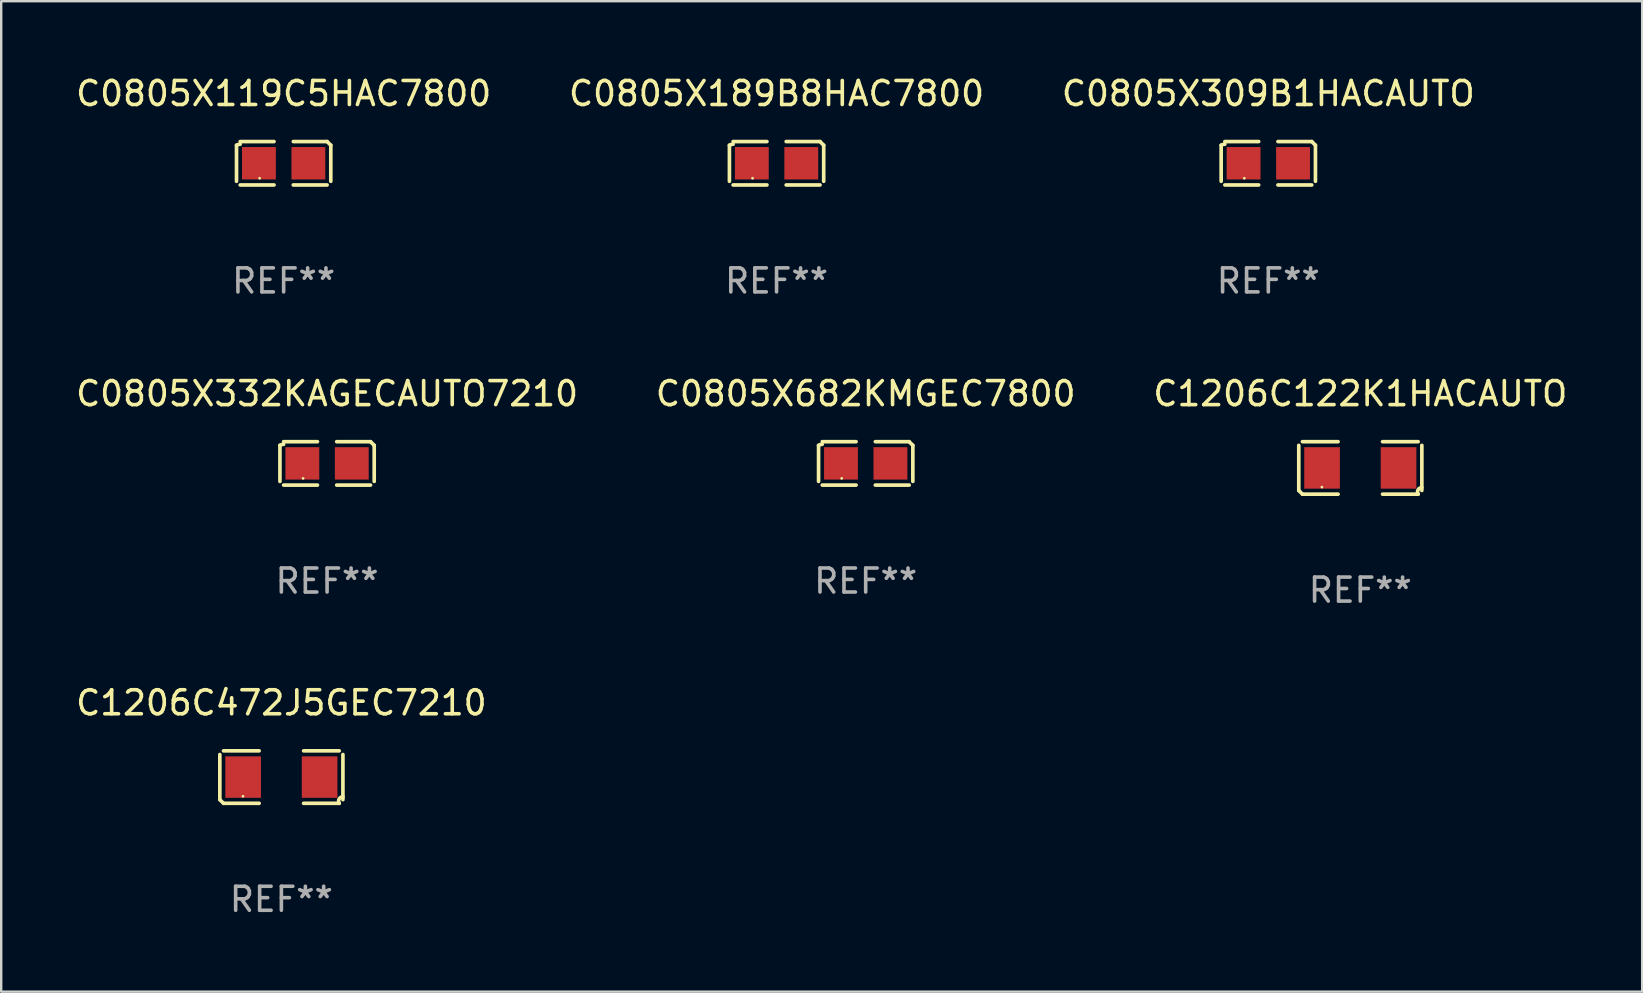
<source format=kicad_pcb>
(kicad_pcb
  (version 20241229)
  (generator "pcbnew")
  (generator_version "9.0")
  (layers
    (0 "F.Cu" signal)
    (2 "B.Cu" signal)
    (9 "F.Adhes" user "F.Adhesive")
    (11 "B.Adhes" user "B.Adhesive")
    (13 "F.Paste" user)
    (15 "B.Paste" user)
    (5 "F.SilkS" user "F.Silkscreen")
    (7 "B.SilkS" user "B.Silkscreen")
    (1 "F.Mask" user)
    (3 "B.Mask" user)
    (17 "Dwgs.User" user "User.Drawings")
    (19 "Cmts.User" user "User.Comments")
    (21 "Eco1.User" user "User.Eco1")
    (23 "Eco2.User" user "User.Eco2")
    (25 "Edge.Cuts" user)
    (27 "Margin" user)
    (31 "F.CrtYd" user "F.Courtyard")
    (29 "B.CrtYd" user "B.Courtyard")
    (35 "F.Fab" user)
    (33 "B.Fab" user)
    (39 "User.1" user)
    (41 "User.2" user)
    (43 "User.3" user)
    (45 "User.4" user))
  (footprint "C0805X119C5HAC7800"
    (layer "F.Cu")
    (at 8.768 3.752)
    (property "Reference" "C0805X119C5HAC7800" (at 0 -2.904 0) (layer "F.SilkS") (effects (font (size 1 1) (thickness 0.15))))
    (attr through_hole)
    (fp_line (start -1.964 0.751) (end -1.964 -0.751) (stroke (width 0.152) (type solid)) (layer "F.SilkS"))
    (fp_line (start -1.811 -0.904) (end -0.401 -0.904) (stroke (width 0.152) (type solid)) (layer "F.SilkS"))
    (fp_line (start -0.401 0.904) (end -1.811 0.904) (stroke (width 0.152) (type solid)) (layer "F.SilkS"))
    (fp_line (start 0.401 0.904) (end 1.811 0.904) (stroke (width 0.152) (type solid)) (layer "F.SilkS"))
    (fp_line (start 1.811 -0.904) (end 0.401 -0.904) (stroke (width 0.152) (type solid)) (layer "F.SilkS"))
    (fp_line (start 1.964 0.751) (end 1.964 -0.751) (stroke (width 0.152) (type solid)) (layer "F.SilkS"))
    (fp_arc (start -1.963602 -0.751207) (mid -1.890354 -0.783131) (end -1.811201 -0.794044) (stroke (width 0.1524) (type solid)) (layer "F.SilkS"))
    (fp_arc (start 1.811202 -0.903607) (mid 1.887413 -0.827418) (end 1.963602 -0.751207) (stroke (width 0.1524) (type solid)) (layer "F.SilkS"))
    (fp_circle (center -1 0.625) (end -0.97 0.625) (stroke (width 0.06) (type solid)) (fill no) (layer "F.SilkS"))
    (fp_text user "REF**" (at 0 4.904 0) (layer "F.Fab") (effects (font (size 1 1) (thickness 0.15))))
    (pad "1" smd rect (at -1.03 0) (size 1.41 1.35) (layers "F.Cu" "F.Mask" "F.Paste"))
    (pad "2" smd rect (at 1.03 0) (size 1.41 1.35) (layers "F.Cu" "F.Mask" "F.Paste")))
  (footprint "C0805X189B8HAC7800"
    (layer "F.Cu")
    (at 29.304 3.752)
    (property "Reference" "C0805X189B8HAC7800" (at 0 -2.904 0) (layer "F.SilkS") (effects (font (size 1 1) (thickness 0.15))))
    (attr through_hole)
    (fp_line (start -1.964 0.751) (end -1.964 -0.751) (stroke (width 0.152) (type solid)) (layer "F.SilkS"))
    (fp_line (start -1.811 -0.904) (end -0.401 -0.904) (stroke (width 0.152) (type solid)) (layer "F.SilkS"))
    (fp_line (start -0.401 0.904) (end -1.811 0.904) (stroke (width 0.152) (type solid)) (layer "F.SilkS"))
    (fp_line (start 0.401 0.904) (end 1.811 0.904) (stroke (width 0.152) (type solid)) (layer "F.SilkS"))
    (fp_line (start 1.811 -0.904) (end 0.401 -0.904) (stroke (width 0.152) (type solid)) (layer "F.SilkS"))
    (fp_line (start 1.964 0.751) (end 1.964 -0.751) (stroke (width 0.152) (type solid)) (layer "F.SilkS"))
    (fp_arc (start -1.963602 -0.751207) (mid -1.890354 -0.783131) (end -1.811201 -0.794044) (stroke (width 0.1524) (type solid)) (layer "F.SilkS"))
    (fp_arc (start 1.811202 -0.903607) (mid 1.887413 -0.827418) (end 1.963602 -0.751207) (stroke (width 0.1524) (type solid)) (layer "F.SilkS"))
    (fp_circle (center -1 0.625) (end -0.97 0.625) (stroke (width 0.06) (type solid)) (fill no) (layer "F.SilkS"))
    (fp_text user "REF**" (at 0 4.904 0) (layer "F.Fab") (effects (font (size 1 1) (thickness 0.15))))
    (pad "1" smd rect (at -1.03 0) (size 1.41 1.35) (layers "F.Cu" "F.Mask" "F.Paste"))
    (pad "2" smd rect (at 1.03 0) (size 1.41 1.35) (layers "F.Cu" "F.Mask" "F.Paste")))
  (footprint "C0805X309B1HACAUTO"
    (layer "F.Cu")
    (at 49.792 3.752)
    (property "Reference" "C0805X309B1HACAUTO" (at 0 -2.904 0) (layer "F.SilkS") (effects (font (size 1 1) (thickness 0.15))))
    (attr through_hole)
    (fp_line (start -1.964 0.751) (end -1.964 -0.751) (stroke (width 0.152) (type solid)) (layer "F.SilkS"))
    (fp_line (start -1.811 -0.904) (end -0.401 -0.904) (stroke (width 0.152) (type solid)) (layer "F.SilkS"))
    (fp_line (start -0.401 0.904) (end -1.811 0.904) (stroke (width 0.152) (type solid)) (layer "F.SilkS"))
    (fp_line (start 0.401 0.904) (end 1.811 0.904) (stroke (width 0.152) (type solid)) (layer "F.SilkS"))
    (fp_line (start 1.811 -0.904) (end 0.401 -0.904) (stroke (width 0.152) (type solid)) (layer "F.SilkS"))
    (fp_line (start 1.964 0.751) (end 1.964 -0.751) (stroke (width 0.152) (type solid)) (layer "F.SilkS"))
    (fp_arc (start -1.963602 -0.751207) (mid -1.890354 -0.783131) (end -1.811201 -0.794044) (stroke (width 0.1524) (type solid)) (layer "F.SilkS"))
    (fp_arc (start 1.811202 -0.903607) (mid 1.887413 -0.827418) (end 1.963602 -0.751207) (stroke (width 0.1524) (type solid)) (layer "F.SilkS"))
    (fp_circle (center -1 0.625) (end -0.97 0.625) (stroke (width 0.06) (type solid)) (fill no) (layer "F.SilkS"))
    (fp_text user "REF**" (at 0 4.904 0) (layer "F.Fab") (effects (font (size 1 1) (thickness 0.15))))
    (pad "1" smd rect (at -1.03 0) (size 1.41 1.35) (layers "F.Cu" "F.Mask" "F.Paste"))
    (pad "2" smd rect (at 1.03 0) (size 1.41 1.35) (layers "F.Cu" "F.Mask" "F.Paste")))
  (footprint "C0805X682KMGEC7800"
    (layer "F.Cu")
    (at 33.018 16.256)
    (property "Reference" "C0805X682KMGEC7800" (at 0 -2.904 0) (layer "F.SilkS") (effects (font (size 1 1) (thickness 0.15))))
    (attr through_hole)
    (fp_line (start -1.964 0.751) (end -1.964 -0.751) (stroke (width 0.152) (type solid)) (layer "F.SilkS"))
    (fp_line (start -1.811 -0.904) (end -0.401 -0.904) (stroke (width 0.152) (type solid)) (layer "F.SilkS"))
    (fp_line (start -0.401 0.904) (end -1.811 0.904) (stroke (width 0.152) (type solid)) (layer "F.SilkS"))
    (fp_line (start 0.401 0.904) (end 1.811 0.904) (stroke (width 0.152) (type solid)) (layer "F.SilkS"))
    (fp_line (start 1.811 -0.904) (end 0.401 -0.904) (stroke (width 0.152) (type solid)) (layer "F.SilkS"))
    (fp_line (start 1.964 0.751) (end 1.964 -0.751) (stroke (width 0.152) (type solid)) (layer "F.SilkS"))
    (fp_arc (start -1.963602 -0.751207) (mid -1.890354 -0.783131) (end -1.811201 -0.794044) (stroke (width 0.1524) (type solid)) (layer "F.SilkS"))
    (fp_arc (start 1.811202 -0.903607) (mid 1.887413 -0.827418) (end 1.963602 -0.751207) (stroke (width 0.1524) (type solid)) (layer "F.SilkS"))
    (fp_circle (center -1 0.625) (end -0.97 0.625) (stroke (width 0.06) (type solid)) (fill no) (layer "F.SilkS"))
    (fp_text user "REF**" (at 0 4.904 0) (layer "F.Fab") (effects (font (size 1 1) (thickness 0.15))))
    (pad "1" smd rect (at -1.03 0) (size 1.41 1.35) (layers "F.Cu" "F.Mask" "F.Paste"))
    (pad "2" smd rect (at 1.03 0) (size 1.41 1.35) (layers "F.Cu" "F.Mask" "F.Paste")))
  (footprint "C0805X332KAGECAUTO7210"
    (layer "F.Cu")
    (at 10.577 16.256)
    (property "Reference" "C0805X332KAGECAUTO7210" (at 0 -2.904 0) (layer "F.SilkS") (effects (font (size 1 1) (thickness 0.15))))
    (attr through_hole)
    (fp_line (start -1.964 0.751) (end -1.964 -0.751) (stroke (width 0.152) (type solid)) (layer "F.SilkS"))
    (fp_line (start -1.811 -0.904) (end -0.401 -0.904) (stroke (width 0.152) (type solid)) (layer "F.SilkS"))
    (fp_line (start -0.401 0.904) (end -1.811 0.904) (stroke (width 0.152) (type solid)) (layer "F.SilkS"))
    (fp_line (start 0.401 0.904) (end 1.811 0.904) (stroke (width 0.152) (type solid)) (layer "F.SilkS"))
    (fp_line (start 1.811 -0.904) (end 0.401 -0.904) (stroke (width 0.152) (type solid)) (layer "F.SilkS"))
    (fp_line (start 1.964 0.751) (end 1.964 -0.751) (stroke (width 0.152) (type solid)) (layer "F.SilkS"))
    (fp_arc (start -1.963602 -0.751207) (mid -1.890354 -0.783131) (end -1.811201 -0.794044) (stroke (width 0.1524) (type solid)) (layer "F.SilkS"))
    (fp_arc (start 1.811202 -0.903607) (mid 1.887413 -0.827418) (end 1.963602 -0.751207) (stroke (width 0.1524) (type solid)) (layer "F.SilkS"))
    (fp_circle (center -1 0.625) (end -0.97 0.625) (stroke (width 0.06) (type solid)) (fill no) (layer "F.SilkS"))
    (fp_text user "REF**" (at 0 4.904 0) (layer "F.Fab") (effects (font (size 1 1) (thickness 0.15))))
    (pad "1" smd rect (at -1.03 0) (size 1.41 1.35) (layers "F.Cu" "F.Mask" "F.Paste"))
    (pad "2" smd rect (at 1.03 0) (size 1.41 1.35) (layers "F.Cu" "F.Mask" "F.Paste")))
  (footprint "C1206C122K1HACAUTO"
    (layer "F.Cu")
    (at 53.625 16.445)
    (property "Reference" "C1206C122K1HACAUTO" (at 0 -3.093 0) (layer "F.SilkS") (effects (font (size 1 1) (thickness 0.15))))
    (attr through_hole)
    (fp_line (start -2.564 0.94) (end -2.564 -0.94) (stroke (width 0.152) (type solid)) (layer "F.SilkS"))
    (fp_line (start -2.411 -1.093) (end -0.926 -1.093) (stroke (width 0.152) (type solid)) (layer "F.SilkS"))
    (fp_line (start -0.926 1.093) (end -2.411 1.093) (stroke (width 0.152) (type solid)) (layer "F.SilkS"))
    (fp_line (start 0.926 1.093) (end 2.411 1.093) (stroke (width 0.152) (type solid)) (layer "F.SilkS"))
    (fp_line (start 2.411 -1.093) (end 0.926 -1.093) (stroke (width 0.152) (type solid)) (layer "F.SilkS"))
    (fp_line (start 2.564 0.94) (end 2.564 -0.94) (stroke (width 0.152) (type solid)) (layer "F.SilkS"))
    (fp_arc (start -2.411201 1.092609) (mid -2.487413 1.01642) (end -2.563602 0.940208) (stroke (width 0.1524) (type solid)) (layer "F.SilkS"))
    (fp_arc (start 2.411201 1.092609) (mid 2.407159 0.911226) (end 2.563602 0.819347) (stroke (width 0.1524) (type solid)) (layer "F.SilkS"))
    (fp_circle (center -1.6 0.8) (end -1.57 0.8) (stroke (width 0.06) (type solid)) (fill no) (layer "F.SilkS"))
    (fp_text user "REF**" (at 0 5.093 0) (layer "F.Fab") (effects (font (size 1 1) (thickness 0.15))))
    (pad "1" smd rect (at -1.593 0) (size 1.485 1.728) (layers "F.Cu" "F.Mask" "F.Paste"))
    (pad "2" smd rect (at 1.593 0) (size 1.485 1.728) (layers "F.Cu" "F.Mask" "F.Paste")))
  (footprint "C1206C472J5GEC7210"
    (layer "F.Cu")
    (at 8.673 29.326)
    (property "Reference" "C1206C472J5GEC7210" (at 0 -3.093 0) (layer "F.SilkS") (effects (font (size 1 1) (thickness 0.15))))
    (attr through_hole)
    (fp_line (start -2.564 0.94) (end -2.564 -0.94) (stroke (width 0.152) (type solid)) (layer "F.SilkS"))
    (fp_line (start -2.411 -1.093) (end -0.926 -1.093) (stroke (width 0.152) (type solid)) (layer "F.SilkS"))
    (fp_line (start -0.926 1.093) (end -2.411 1.093) (stroke (width 0.152) (type solid)) (layer "F.SilkS"))
    (fp_line (start 0.926 1.093) (end 2.411 1.093) (stroke (width 0.152) (type solid)) (layer "F.SilkS"))
    (fp_line (start 2.411 -1.093) (end 0.926 -1.093) (stroke (width 0.152) (type solid)) (layer "F.SilkS"))
    (fp_line (start 2.564 0.94) (end 2.564 -0.94) (stroke (width 0.152) (type solid)) (layer "F.SilkS"))
    (fp_arc (start -2.411201 1.092609) (mid -2.487413 1.01642) (end -2.563602 0.940208) (stroke (width 0.1524) (type solid)) (layer "F.SilkS"))
    (fp_arc (start 2.411201 1.092609) (mid 2.407159 0.911226) (end 2.563602 0.819347) (stroke (width 0.1524) (type solid)) (layer "F.SilkS"))
    (fp_circle (center -1.6 0.8) (end -1.57 0.8) (stroke (width 0.06) (type solid)) (fill no) (layer "F.SilkS"))
    (fp_text user "REF**" (at 0 5.093 0) (layer "F.Fab") (effects (font (size 1 1) (thickness 0.15))))
    (pad "1" smd rect (at -1.593 0) (size 1.485 1.728) (layers "F.Cu" "F.Mask" "F.Paste"))
    (pad "2" smd rect (at 1.593 0) (size 1.485 1.728) (layers "F.Cu" "F.Mask" "F.Paste")))
  (gr_rect
    (start -3 -3)
    (end 65.369 38.267)
    (stroke (width 0.1) (type default))
    (fill no)
    (layer "Edge.Cuts")))
</source>
